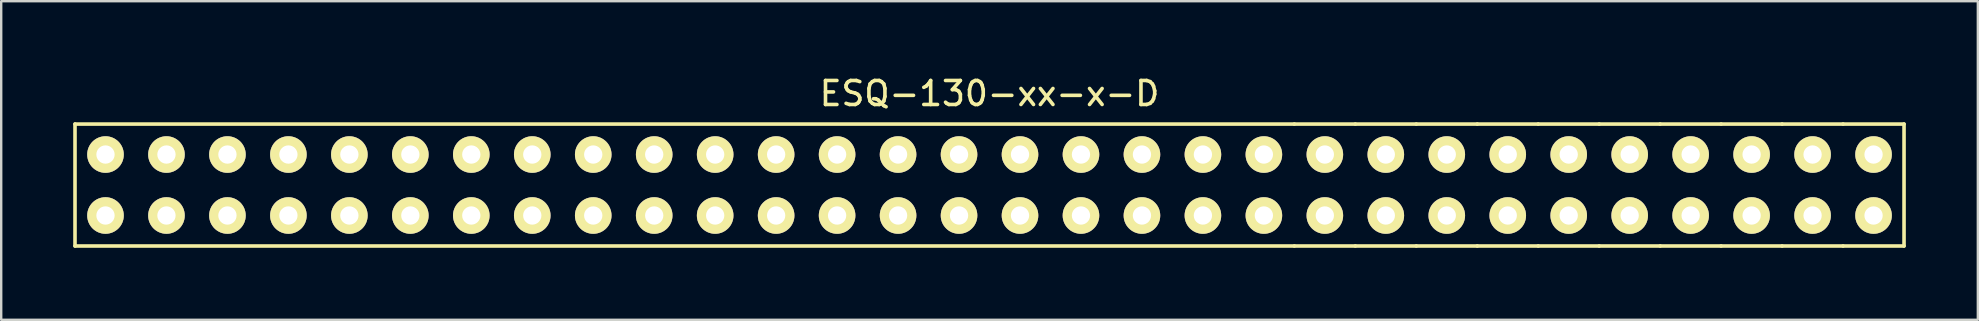
<source format=kicad_pcb>
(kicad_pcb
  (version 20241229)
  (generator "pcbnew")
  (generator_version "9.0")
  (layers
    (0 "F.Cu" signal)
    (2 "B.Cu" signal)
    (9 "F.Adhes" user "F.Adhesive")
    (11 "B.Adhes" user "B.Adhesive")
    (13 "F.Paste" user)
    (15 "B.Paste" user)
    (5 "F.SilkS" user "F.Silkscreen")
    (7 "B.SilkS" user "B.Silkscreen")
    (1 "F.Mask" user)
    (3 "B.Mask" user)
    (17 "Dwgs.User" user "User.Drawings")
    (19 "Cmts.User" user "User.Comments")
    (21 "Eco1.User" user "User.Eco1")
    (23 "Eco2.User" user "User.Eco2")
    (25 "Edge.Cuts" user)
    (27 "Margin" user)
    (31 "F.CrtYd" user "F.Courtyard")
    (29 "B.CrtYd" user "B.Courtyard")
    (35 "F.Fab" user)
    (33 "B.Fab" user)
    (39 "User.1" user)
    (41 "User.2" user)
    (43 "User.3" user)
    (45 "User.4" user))
  (footprint "ESQ-130-xx-x-D"
    (layer "F.Cu")
    (at 38.175 4.658)
    (property "Reference" "ESQ-130-xx-x-D" (at 0 -3.81 0) (layer "F.SilkS") (effects (font (size 1 1) (thickness 0.15))))
    (attr through_hole)
    (fp_line (start -38.1 -2.54) (end 12.7 -2.54) (stroke (width 0.15) (type solid)) (layer "F.SilkS"))
    (fp_line (start -38.1 2.54) (end -38.1 -2.54) (stroke (width 0.15) (type solid)) (layer "F.SilkS"))
    (fp_line (start 12.7 -2.54) (end 15.24 -2.54) (stroke (width 0.15) (type solid)) (layer "F.SilkS"))
    (fp_line (start 12.7 2.54) (end -38.1 2.54) (stroke (width 0.15) (type solid)) (layer "F.SilkS"))
    (fp_line (start 15.24 -2.54) (end 17.78 -2.54) (stroke (width 0.15) (type solid)) (layer "F.SilkS"))
    (fp_line (start 15.24 2.54) (end 12.7 2.54) (stroke (width 0.15) (type solid)) (layer "F.SilkS"))
    (fp_line (start 17.78 -2.54) (end 20.32 -2.54) (stroke (width 0.15) (type solid)) (layer "F.SilkS"))
    (fp_line (start 17.78 2.54) (end 15.24 2.54) (stroke (width 0.15) (type solid)) (layer "F.SilkS"))
    (fp_line (start 20.32 -2.54) (end 22.86 -2.54) (stroke (width 0.15) (type solid)) (layer "F.SilkS"))
    (fp_line (start 20.32 2.54) (end 17.78 2.54) (stroke (width 0.15) (type solid)) (layer "F.SilkS"))
    (fp_line (start 22.86 -2.54) (end 25.4 -2.54) (stroke (width 0.15) (type solid)) (layer "F.SilkS"))
    (fp_line (start 22.86 2.54) (end 20.32 2.54) (stroke (width 0.15) (type solid)) (layer "F.SilkS"))
    (fp_line (start 25.4 -2.54) (end 27.94 -2.54) (stroke (width 0.15) (type solid)) (layer "F.SilkS"))
    (fp_line (start 25.4 2.54) (end 22.86 2.54) (stroke (width 0.15) (type solid)) (layer "F.SilkS"))
    (fp_line (start 27.94 -2.54) (end 30.48 -2.54) (stroke (width 0.15) (type solid)) (layer "F.SilkS"))
    (fp_line (start 27.94 2.54) (end 25.4 2.54) (stroke (width 0.15) (type solid)) (layer "F.SilkS"))
    (fp_line (start 30.48 -2.54) (end 33.02 -2.54) (stroke (width 0.15) (type solid)) (layer "F.SilkS"))
    (fp_line (start 30.48 2.54) (end 27.94 2.54) (stroke (width 0.15) (type solid)) (layer "F.SilkS"))
    (fp_line (start 33.02 -2.54) (end 35.56 -2.54) (stroke (width 0.15) (type solid)) (layer "F.SilkS"))
    (fp_line (start 33.02 2.54) (end 30.48 2.54) (stroke (width 0.15) (type solid)) (layer "F.SilkS"))
    (fp_line (start 35.56 -2.54) (end 38.1 -2.54) (stroke (width 0.15) (type solid)) (layer "F.SilkS"))
    (fp_line (start 35.56 2.54) (end 33.02 2.54) (stroke (width 0.15) (type solid)) (layer "F.SilkS"))
    (fp_line (start 38.1 -2.54) (end 38.1 2.54) (stroke (width 0.15) (type solid)) (layer "F.SilkS"))
    (fp_line (start 38.1 2.54) (end 35.56 2.54) (stroke (width 0.15) (type solid)) (layer "F.SilkS"))
    (pad "1" thru_hole circle (at -36.83 -1.27) (size 1.524 1.524) (drill 0.762) (layers "*.Mask" "B.Cu" "F.SilkS"))
    (pad "2" thru_hole circle (at -36.83 1.27) (size 1.524 1.524) (drill 0.762) (layers "*.Mask" "B.Cu" "F.SilkS"))
    (pad "3" thru_hole circle (at -34.29 -1.27) (size 1.524 1.524) (drill 0.762) (layers "*.Mask" "B.Cu" "F.SilkS"))
    (pad "4" thru_hole circle (at -34.29 1.27) (size 1.524 1.524) (drill 0.762) (layers "*.Mask" "B.Cu" "F.SilkS"))
    (pad "5" thru_hole circle (at -31.75 -1.27) (size 1.524 1.524) (drill 0.762) (layers "*.Mask" "B.Cu" "F.SilkS"))
    (pad "6" thru_hole circle (at -31.75 1.27) (size 1.524 1.524) (drill 0.762) (layers "*.Mask" "B.Cu" "F.SilkS"))
    (pad "7" thru_hole circle (at -29.21 -1.27) (size 1.524 1.524) (drill 0.762) (layers "*.Mask" "B.Cu" "F.SilkS"))
    (pad "8" thru_hole circle (at -29.21 1.27) (size 1.524 1.524) (drill 0.762) (layers "*.Mask" "B.Cu" "F.SilkS"))
    (pad "9" thru_hole circle (at -26.67 -1.27) (size 1.524 1.524) (drill 0.762) (layers "*.Mask" "B.Cu" "F.SilkS"))
    (pad "10" thru_hole circle (at -26.67 1.27) (size 1.524 1.524) (drill 0.762) (layers "*.Mask" "B.Cu" "F.SilkS"))
    (pad "11" thru_hole circle (at -24.13 -1.27) (size 1.524 1.524) (drill 0.762) (layers "*.Mask" "B.Cu" "F.SilkS"))
    (pad "12" thru_hole circle (at -24.13 1.27) (size 1.524 1.524) (drill 0.762) (layers "*.Mask" "B.Cu" "F.SilkS"))
    (pad "13" thru_hole circle (at -21.59 -1.27) (size 1.524 1.524) (drill 0.762) (layers "*.Mask" "B.Cu" "F.SilkS"))
    (pad "14" thru_hole circle (at -21.59 1.27) (size 1.524 1.524) (drill 0.762) (layers "*.Mask" "B.Cu" "F.SilkS"))
    (pad "15" thru_hole circle (at -19.05 -1.27) (size 1.524 1.524) (drill 0.762) (layers "*.Mask" "B.Cu" "F.SilkS"))
    (pad "16" thru_hole circle (at -19.05 1.27) (size 1.524 1.524) (drill 0.762) (layers "*.Mask" "B.Cu" "F.SilkS"))
    (pad "17" thru_hole circle (at -16.51 -1.27) (size 1.524 1.524) (drill 0.762) (layers "*.Mask" "B.Cu" "F.SilkS"))
    (pad "18" thru_hole circle (at -16.51 1.27) (size 1.524 1.524) (drill 0.762) (layers "*.Mask" "B.Cu" "F.SilkS"))
    (pad "19" thru_hole circle (at -13.97 -1.27) (size 1.524 1.524) (drill 0.762) (layers "*.Mask" "B.Cu" "F.SilkS"))
    (pad "20" thru_hole circle (at -13.97 1.27) (size 1.524 1.524) (drill 0.762) (layers "*.Mask" "B.Cu" "F.SilkS"))
    (pad "21" thru_hole circle (at -11.43 -1.27) (size 1.524 1.524) (drill 0.762) (layers "*.Mask" "B.Cu" "F.SilkS"))
    (pad "22" thru_hole circle (at -11.43 1.27) (size 1.524 1.524) (drill 0.762) (layers "*.Mask" "B.Cu" "F.SilkS"))
    (pad "23" thru_hole circle (at -8.89 -1.27) (size 1.524 1.524) (drill 0.762) (layers "*.Mask" "B.Cu" "F.SilkS"))
    (pad "24" thru_hole circle (at -8.89 1.27) (size 1.524 1.524) (drill 0.762) (layers "*.Mask" "B.Cu" "F.SilkS"))
    (pad "25" thru_hole circle (at -6.35 -1.27) (size 1.524 1.524) (drill 0.762) (layers "*.Mask" "B.Cu" "F.SilkS"))
    (pad "26" thru_hole circle (at -6.35 1.27) (size 1.524 1.524) (drill 0.762) (layers "*.Mask" "B.Cu" "F.SilkS"))
    (pad "27" thru_hole circle (at -3.81 -1.27) (size 1.524 1.524) (drill 0.762) (layers "*.Mask" "B.Cu" "F.SilkS"))
    (pad "28" thru_hole circle (at -3.81 1.27) (size 1.524 1.524) (drill 0.762) (layers "*.Mask" "B.Cu" "F.SilkS"))
    (pad "29" thru_hole circle (at -1.27 -1.27) (size 1.524 1.524) (drill 0.762) (layers "*.Mask" "B.Cu" "F.SilkS"))
    (pad "30" thru_hole circle (at -1.27 1.27) (size 1.524 1.524) (drill 0.762) (layers "*.Mask" "B.Cu" "F.SilkS"))
    (pad "31" thru_hole circle (at 1.27 -1.27) (size 1.524 1.524) (drill 0.762) (layers "*.Mask" "B.Cu" "F.SilkS"))
    (pad "32" thru_hole circle (at 1.27 1.27) (size 1.524 1.524) (drill 0.762) (layers "*.Mask" "B.Cu" "F.SilkS"))
    (pad "33" thru_hole circle (at 3.81 -1.27) (size 1.524 1.524) (drill 0.762) (layers "*.Mask" "B.Cu" "F.SilkS"))
    (pad "34" thru_hole circle (at 3.81 1.27) (size 1.524 1.524) (drill 0.762) (layers "*.Mask" "B.Cu" "F.SilkS"))
    (pad "35" thru_hole circle (at 6.35 -1.27) (size 1.524 1.524) (drill 0.762) (layers "*.Mask" "B.Cu" "F.SilkS"))
    (pad "36" thru_hole circle (at 6.35 1.27) (size 1.524 1.524) (drill 0.762) (layers "*.Mask" "B.Cu" "F.SilkS"))
    (pad "37" thru_hole circle (at 8.89 -1.27) (size 1.524 1.524) (drill 0.762) (layers "*.Mask" "B.Cu" "F.SilkS"))
    (pad "38" thru_hole circle (at 8.89 1.27) (size 1.524 1.524) (drill 0.762) (layers "*.Mask" "B.Cu" "F.SilkS"))
    (pad "39" thru_hole circle (at 11.43 -1.27) (size 1.524 1.524) (drill 0.762) (layers "*.Mask" "B.Cu" "F.SilkS"))
    (pad "40" thru_hole circle (at 11.43 1.27) (size 1.524 1.524) (drill 0.762) (layers "*.Mask" "B.Cu" "F.SilkS"))
    (pad "41" thru_hole circle (at 13.97 -1.27) (size 1.524 1.524) (drill 0.762) (layers "*.Mask" "B.Cu" "F.SilkS"))
    (pad "42" thru_hole circle (at 13.97 1.27) (size 1.524 1.524) (drill 0.762) (layers "*.Mask" "B.Cu" "F.SilkS"))
    (pad "43" thru_hole circle (at 16.51 -1.27) (size 1.524 1.524) (drill 0.762) (layers "*.Mask" "B.Cu" "F.SilkS"))
    (pad "44" thru_hole circle (at 16.51 1.27) (size 1.524 1.524) (drill 0.762) (layers "*.Mask" "B.Cu" "F.SilkS"))
    (pad "45" thru_hole circle (at 19.05 -1.27) (size 1.524 1.524) (drill 0.762) (layers "*.Mask" "B.Cu" "F.SilkS"))
    (pad "46" thru_hole circle (at 19.05 1.27) (size 1.524 1.524) (drill 0.762) (layers "*.Mask" "B.Cu" "F.SilkS"))
    (pad "47" thru_hole circle (at 21.59 -1.27) (size 1.524 1.524) (drill 0.762) (layers "*.Mask" "B.Cu" "F.SilkS"))
    (pad "48" thru_hole circle (at 21.59 1.27) (size 1.524 1.524) (drill 0.762) (layers "*.Mask" "B.Cu" "F.SilkS"))
    (pad "49" thru_hole circle (at 24.13 -1.27) (size 1.524 1.524) (drill 0.762) (layers "*.Mask" "B.Cu" "F.SilkS"))
    (pad "50" thru_hole circle (at 24.13 1.27) (size 1.524 1.524) (drill 0.762) (layers "*.Mask" "B.Cu" "F.SilkS"))
    (pad "51" thru_hole circle (at 26.67 -1.27) (size 1.524 1.524) (drill 0.762) (layers "*.Mask" "B.Cu" "F.SilkS"))
    (pad "52" thru_hole circle (at 26.67 1.27) (size 1.524 1.524) (drill 0.762) (layers "*.Mask" "B.Cu" "F.SilkS"))
    (pad "53" thru_hole circle (at 29.21 -1.27) (size 1.524 1.524) (drill 0.762) (layers "*.Mask" "B.Cu" "F.SilkS"))
    (pad "54" thru_hole circle (at 29.21 1.27) (size 1.524 1.524) (drill 0.762) (layers "*.Mask" "B.Cu" "F.SilkS"))
    (pad "55" thru_hole circle (at 31.75 -1.27) (size 1.524 1.524) (drill 0.762) (layers "*.Mask" "B.Cu" "F.SilkS"))
    (pad "56" thru_hole circle (at 31.75 1.27) (size 1.524 1.524) (drill 0.762) (layers "*.Mask" "B.Cu" "F.SilkS"))
    (pad "57" thru_hole circle (at 34.29 -1.27) (size 1.524 1.524) (drill 0.762) (layers "*.Mask" "B.Cu" "F.SilkS"))
    (pad "58" thru_hole circle (at 34.29 1.27) (size 1.524 1.524) (drill 0.762) (layers "*.Mask" "B.Cu" "F.SilkS"))
    (pad "59" thru_hole circle (at 36.83 -1.27) (size 1.524 1.524) (drill 0.762) (layers "*.Mask" "B.Cu" "F.SilkS"))
    (pad "60" thru_hole circle (at 36.83 1.27) (size 1.524 1.524) (drill 0.762) (layers "*.Mask" "B.Cu" "F.SilkS")))
  (gr_rect
    (start -3 -3)
    (end 79.35 10.273)
    (stroke (width 0.1) (type default))
    (fill no)
    (layer "Edge.Cuts")))
</source>
